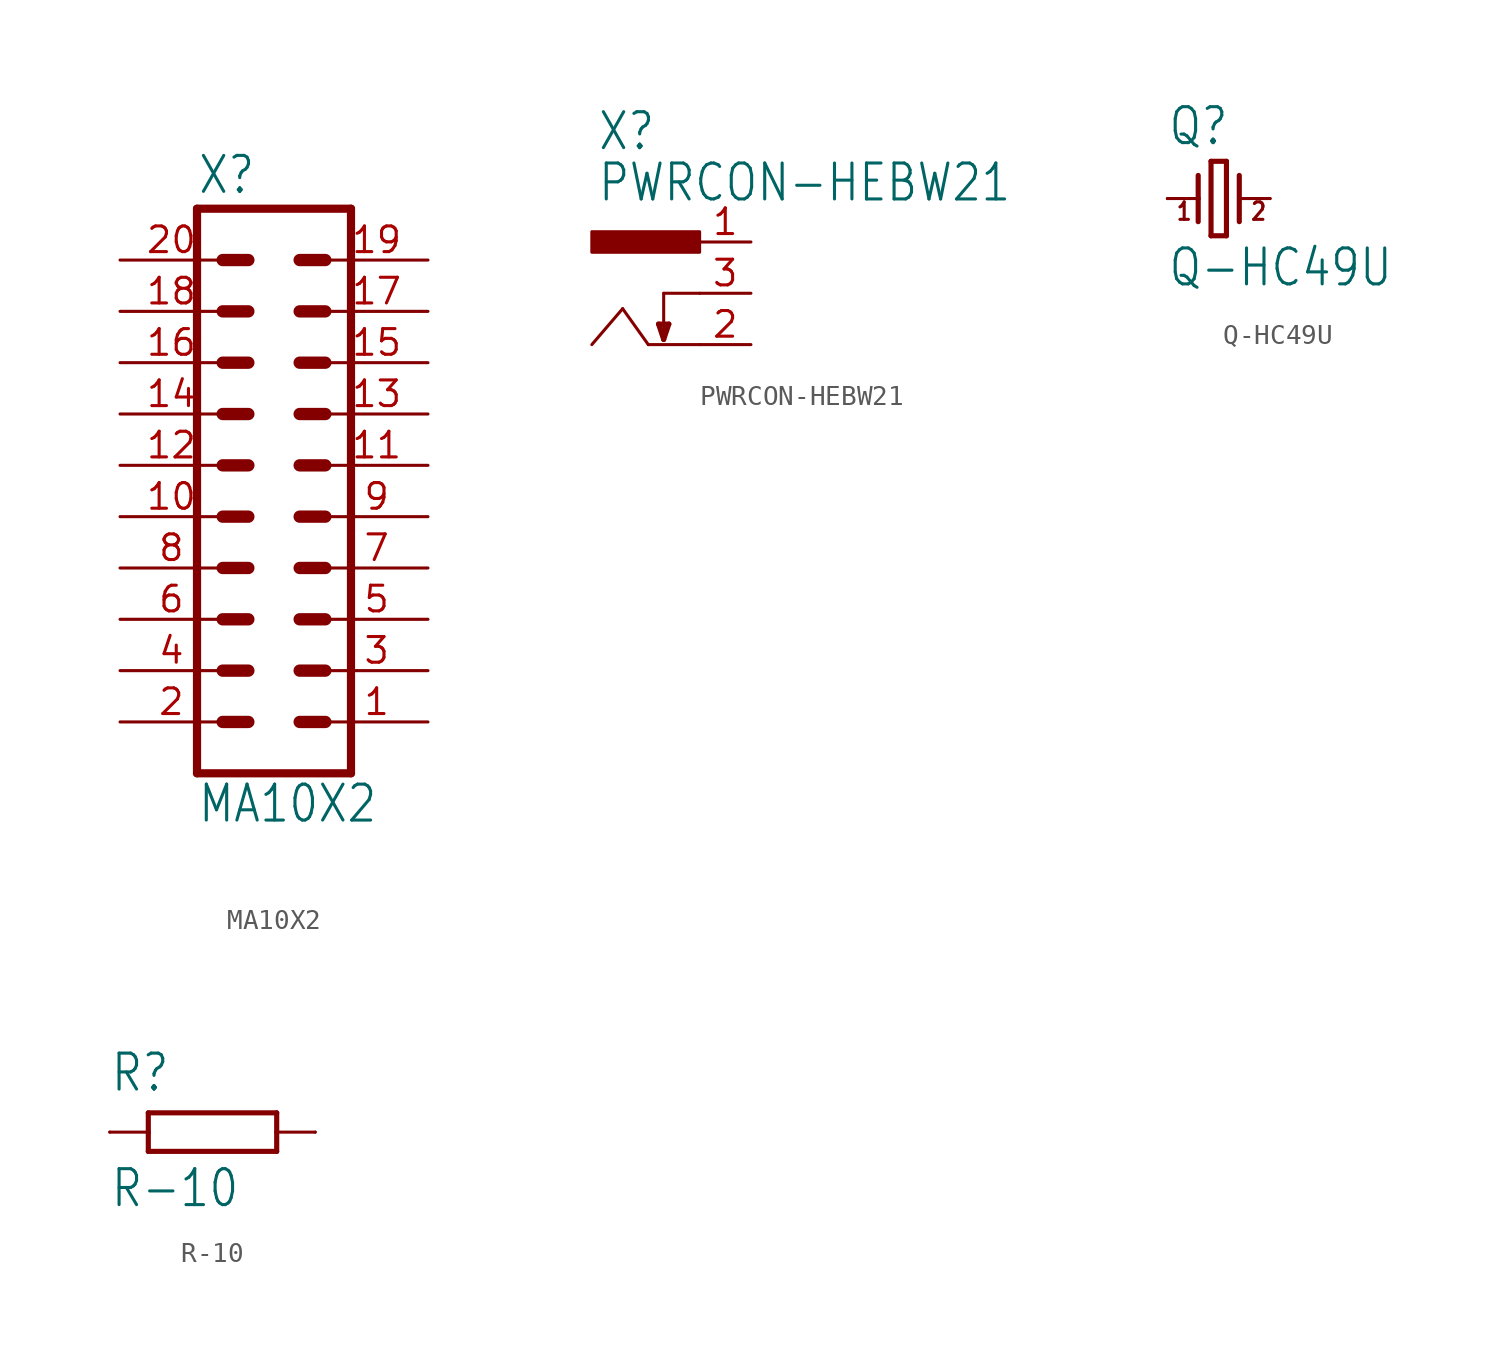
<source format=kicad_sym>
(kicad_symbol_lib
  (version 20211014)
  (generator kicad_symbol_editor)
  (symbol "MA10X2"
    (property "Reference" "X"
      (at -3.81 15.875 0)
      (effects (font (size 1.778 1.511)) (justify left bottom)))
    (property "Value" "MA10X2"
      (at -3.81 -15.24 0)
      (effects (font (size 1.778 1.511)) (justify left bottom)))
    (property "ki_locked" ""
      (at 0 0 0)
      (effects (font (size 1.27 1.27))))
    (symbol "MA10X2_1_0"
      (polyline (pts (xy -3.81 15.24) (xy -3.81 -12.7)) (stroke (width 0.406) (type default) (color 0 0 0 0)) (fill (type none)))
      (polyline (pts (xy -3.81 15.24) (xy 3.81 15.24)) (stroke (width 0.406) (type default) (color 0 0 0 0)) (fill (type none)))
      (polyline (pts (xy -2.54 -10.16) (xy -1.27 -10.16)) (stroke (width 0.61) (type default) (color 0 0 0 0)) (fill (type none)))
      (polyline (pts (xy -2.54 -7.62) (xy -1.27 -7.62)) (stroke (width 0.61) (type default) (color 0 0 0 0)) (fill (type none)))
      (polyline (pts (xy -2.54 -5.08) (xy -1.27 -5.08)) (stroke (width 0.61) (type default) (color 0 0 0 0)) (fill (type none)))
      (polyline (pts (xy -2.54 -2.54) (xy -1.27 -2.54)) (stroke (width 0.61) (type default) (color 0 0 0 0)) (fill (type none)))
      (polyline (pts (xy -2.54 0) (xy -1.27 0)) (stroke (width 0.61) (type default) (color 0 0 0 0)) (fill (type none)))
      (polyline (pts (xy -2.54 2.54) (xy -1.27 2.54)) (stroke (width 0.61) (type default) (color 0 0 0 0)) (fill (type none)))
      (polyline (pts (xy -2.54 5.08) (xy -1.27 5.08)) (stroke (width 0.61) (type default) (color 0 0 0 0)) (fill (type none)))
      (polyline (pts (xy -2.54 7.62) (xy -1.27 7.62)) (stroke (width 0.61) (type default) (color 0 0 0 0)) (fill (type none)))
      (polyline (pts (xy -2.54 10.16) (xy -1.27 10.16)) (stroke (width 0.61) (type default) (color 0 0 0 0)) (fill (type none)))
      (polyline (pts (xy -2.54 12.7) (xy -1.27 12.7)) (stroke (width 0.61) (type default) (color 0 0 0 0)) (fill (type none)))
      (polyline (pts (xy 1.27 -10.16) (xy 2.54 -10.16)) (stroke (width 0.61) (type default) (color 0 0 0 0)) (fill (type none)))
      (polyline (pts (xy 1.27 -7.62) (xy 2.54 -7.62)) (stroke (width 0.61) (type default) (color 0 0 0 0)) (fill (type none)))
      (polyline (pts (xy 1.27 -5.08) (xy 2.54 -5.08)) (stroke (width 0.61) (type default) (color 0 0 0 0)) (fill (type none)))
      (polyline (pts (xy 1.27 -2.54) (xy 2.54 -2.54)) (stroke (width 0.61) (type default) (color 0 0 0 0)) (fill (type none)))
      (polyline (pts (xy 1.27 0) (xy 2.54 0)) (stroke (width 0.61) (type default) (color 0 0 0 0)) (fill (type none)))
      (polyline (pts (xy 1.27 2.54) (xy 2.54 2.54)) (stroke (width 0.61) (type default) (color 0 0 0 0)) (fill (type none)))
      (polyline (pts (xy 1.27 5.08) (xy 2.54 5.08)) (stroke (width 0.61) (type default) (color 0 0 0 0)) (fill (type none)))
      (polyline (pts (xy 1.27 7.62) (xy 2.54 7.62)) (stroke (width 0.61) (type default) (color 0 0 0 0)) (fill (type none)))
      (polyline (pts (xy 1.27 10.16) (xy 2.54 10.16)) (stroke (width 0.61) (type default) (color 0 0 0 0)) (fill (type none)))
      (polyline (pts (xy 1.27 12.7) (xy 2.54 12.7)) (stroke (width 0.61) (type default) (color 0 0 0 0)) (fill (type none)))
      (polyline (pts (xy 3.81 -12.7) (xy -3.81 -12.7)) (stroke (width 0.406) (type default) (color 0 0 0 0)) (fill (type none)))
      (polyline (pts (xy 3.81 -12.7) (xy 3.81 15.24)) (stroke (width 0.406) (type default) (color 0 0 0 0)) (fill (type none)))
      (pin passive line (at 7.62 -10.16 180) (length 5.08) (name "1" (effects (font (size 0 0)))) (number "1" (effects (font (size 1.27 1.27)))))
      (pin passive line (at -7.62 0 0) (length 5.08) (name "10" (effects (font (size 0 0)))) (number "10" (effects (font (size 1.27 1.27)))))
      (pin passive line (at 7.62 2.54 180) (length 5.08) (name "11" (effects (font (size 0 0)))) (number "11" (effects (font (size 1.27 1.27)))))
      (pin passive line (at -7.62 2.54 0) (length 5.08) (name "12" (effects (font (size 0 0)))) (number "12" (effects (font (size 1.27 1.27)))))
      (pin passive line (at 7.62 5.08 180) (length 5.08) (name "13" (effects (font (size 0 0)))) (number "13" (effects (font (size 1.27 1.27)))))
      (pin passive line (at -7.62 5.08 0) (length 5.08) (name "14" (effects (font (size 0 0)))) (number "14" (effects (font (size 1.27 1.27)))))
      (pin passive line (at 7.62 7.62 180) (length 5.08) (name "15" (effects (font (size 0 0)))) (number "15" (effects (font (size 1.27 1.27)))))
      (pin passive line (at -7.62 7.62 0) (length 5.08) (name "16" (effects (font (size 0 0)))) (number "16" (effects (font (size 1.27 1.27)))))
      (pin passive line (at 7.62 10.16 180) (length 5.08) (name "17" (effects (font (size 0 0)))) (number "17" (effects (font (size 1.27 1.27)))))
      (pin passive line (at -7.62 10.16 0) (length 5.08) (name "18" (effects (font (size 0 0)))) (number "18" (effects (font (size 1.27 1.27)))))
      (pin passive line (at 7.62 12.7 180) (length 5.08) (name "19" (effects (font (size 0 0)))) (number "19" (effects (font (size 1.27 1.27)))))
      (pin passive line (at -7.62 -10.16 0) (length 5.08) (name "2" (effects (font (size 0 0)))) (number "2" (effects (font (size 1.27 1.27)))))
      (pin passive line (at -7.62 12.7 0) (length 5.08) (name "20" (effects (font (size 0 0)))) (number "20" (effects (font (size 1.27 1.27)))))
      (pin passive line (at 7.62 -7.62 180) (length 5.08) (name "3" (effects (font (size 0 0)))) (number "3" (effects (font (size 1.27 1.27)))))
      (pin passive line (at -7.62 -7.62 0) (length 5.08) (name "4" (effects (font (size 0 0)))) (number "4" (effects (font (size 1.27 1.27)))))
      (pin passive line (at 7.62 -5.08 180) (length 5.08) (name "5" (effects (font (size 0 0)))) (number "5" (effects (font (size 1.27 1.27)))))
      (pin passive line (at -7.62 -5.08 0) (length 5.08) (name "6" (effects (font (size 0 0)))) (number "6" (effects (font (size 1.27 1.27)))))
      (pin passive line (at 7.62 -2.54 180) (length 5.08) (name "7" (effects (font (size 0 0)))) (number "7" (effects (font (size 1.27 1.27)))))
      (pin passive line (at -7.62 -2.54 0) (length 5.08) (name "8" (effects (font (size 0 0)))) (number "8" (effects (font (size 1.27 1.27)))))
      (pin passive line (at 7.62 0 180) (length 5.08) (name "9" (effects (font (size 0 0)))) (number "9" (effects (font (size 1.27 1.27)))))))
  (symbol "PWRCON-HEBW21"
    (property "Reference" "X"
      (at -5.08 6.985 0)
      (effects (font (size 1.778 1.511)) (justify left bottom)))
    (property "Value" "PWRCON-HEBW21"
      (at -5.08 4.445 0)
      (effects (font (size 1.778 1.511)) (justify left bottom)))
    (property "ki_locked" ""
      (at 0 0 0)
      (effects (font (size 1.27 1.27))))
    (symbol "PWRCON-HEBW21_1_0"
      (rectangle (start -5.334 2.032) (end 0 3.048) (stroke (width 0) (type default) (color 0 0 0 0)) (fill (type outline)))
      (polyline (pts (xy -5.334 -2.54) (xy -3.81 -0.762)) (stroke (width 0.152) (type default) (color 0 0 0 0)) (fill (type none)))
      (polyline (pts (xy -3.81 -0.762) (xy -2.54 -2.54)) (stroke (width 0.152) (type default) (color 0 0 0 0)) (fill (type none)))
      (polyline (pts (xy -2.54 -2.54) (xy 0 -2.54)) (stroke (width 0.152) (type default) (color 0 0 0 0)) (fill (type none)))
      (polyline (pts (xy -2.032 -1.524) (xy -1.778 -2.286)) (stroke (width 0.254) (type default) (color 0 0 0 0)) (fill (type none)))
      (polyline (pts (xy -1.778 -2.286) (xy -1.524 -1.524)) (stroke (width 0.254) (type default) (color 0 0 0 0)) (fill (type none)))
      (polyline (pts (xy -1.778 0) (xy -1.778 -2.286)) (stroke (width 0.152) (type default) (color 0 0 0 0)) (fill (type none)))
      (polyline (pts (xy -1.778 0) (xy 0 0)) (stroke (width 0.152) (type default) (color 0 0 0 0)) (fill (type none)))
      (polyline (pts (xy -1.524 -1.524) (xy -2.032 -1.524)) (stroke (width 0.254) (type default) (color 0 0 0 0)) (fill (type none)))
      (pin passive line (at 2.54 2.54 180) (length 2.54) (name "1" (effects (font (size 0 0)))) (number "1" (effects (font (size 1.27 1.27)))))
      (pin passive line (at 2.54 -2.54 180) (length 2.54) (name "2" (effects (font (size 0 0)))) (number "2" (effects (font (size 1.27 1.27)))))
      (pin passive line (at 2.54 0 180) (length 2.54) (name "3" (effects (font (size 0 0)))) (number "3" (effects (font (size 1.27 1.27)))))))
  (symbol "Q-HC49U"
    (property "Reference" "Q"
      (at -2.54 2.54 0)
      (effects (font (size 1.778 1.511)) (justify left bottom)))
    (property "Value" "Q-HC49U"
      (at -2.54 -4.445 0)
      (effects (font (size 1.778 1.511)) (justify left bottom)))
    (property "ki_locked" ""
      (at 0 0 0)
      (effects (font (size 1.27 1.27))))
    (symbol "Q-HC49U_1_0"
      (polyline (pts (xy -2.54 0) (xy -1.016 0)) (stroke (width 0.152) (type default) (color 0 0 0 0)) (fill (type none)))
      (polyline (pts (xy -1.016 0) (xy -1.016 -1.143)) (stroke (width 0.254) (type default) (color 0 0 0 0)) (fill (type none)))
      (polyline (pts (xy -1.016 1.143) (xy -1.016 0)) (stroke (width 0.254) (type default) (color 0 0 0 0)) (fill (type none)))
      (polyline (pts (xy -0.381 -1.841) (xy 0.381 -1.841)) (stroke (width 0.254) (type default) (color 0 0 0 0)) (fill (type none)))
      (polyline (pts (xy -0.381 1.841) (xy -0.381 -1.841)) (stroke (width 0.254) (type default) (color 0 0 0 0)) (fill (type none)))
      (polyline (pts (xy 0.381 -1.841) (xy 0.381 1.841)) (stroke (width 0.254) (type default) (color 0 0 0 0)) (fill (type none)))
      (polyline (pts (xy 0.381 1.841) (xy -0.381 1.841)) (stroke (width 0.254) (type default) (color 0 0 0 0)) (fill (type none)))
      (polyline (pts (xy 1.016 0) (xy 2.54 0)) (stroke (width 0.152) (type default) (color 0 0 0 0)) (fill (type none)))
      (polyline (pts (xy 1.016 1.143) (xy 1.016 -1.143)) (stroke (width 0.254) (type default) (color 0 0 0 0)) (fill (type none)))
      (text "1" (at -2.159 -1.143 0) (effects (font (size 0.864 0.734)) (justify left bottom)))
      (text "2" (at 1.524 -1.143 0) (effects (font (size 0.864 0.734)) (justify left bottom)))
      (pin passive line (at -2.54 0 0) (length 0) (name "1" (effects (font (size 0 0)))) (number "1" (effects (font (size 0 0)))))
      (pin passive line (at 2.54 0 180) (length 0) (name "2" (effects (font (size 0 0)))) (number "2" (effects (font (size 0 0)))))))
  (symbol "R-10"
    (property "Reference" "R"
      (at -5.08 1.905 0)
      (effects (font (size 1.778 1.511)) (justify left bottom)))
    (property "Value" "R-10"
      (at -5.08 -3.81 0)
      (effects (font (size 1.778 1.511)) (justify left bottom)))
    (property "ki_locked" ""
      (at 0 0 0)
      (effects (font (size 1.27 1.27))))
    (symbol "R-10_1_0"
      (polyline (pts (xy -5.08 0) (xy -3.175 0)) (stroke (width 0.152) (type default) (color 0 0 0 0)) (fill (type none)))
      (polyline (pts (xy -3.175 -0.953) (xy -3.175 0)) (stroke (width 0.254) (type default) (color 0 0 0 0)) (fill (type none)))
      (polyline (pts (xy -3.175 -0.953) (xy 3.175 -0.953)) (stroke (width 0.254) (type default) (color 0 0 0 0)) (fill (type none)))
      (polyline (pts (xy -3.175 0) (xy -3.175 0.953)) (stroke (width 0.254) (type default) (color 0 0 0 0)) (fill (type none)))
      (polyline (pts (xy 3.175 -0.953) (xy 3.175 0)) (stroke (width 0.254) (type default) (color 0 0 0 0)) (fill (type none)))
      (polyline (pts (xy 3.175 0) (xy 3.175 0.953)) (stroke (width 0.254) (type default) (color 0 0 0 0)) (fill (type none)))
      (polyline (pts (xy 3.175 0) (xy 5.08 0)) (stroke (width 0.152) (type default) (color 0 0 0 0)) (fill (type none)))
      (polyline (pts (xy 3.175 0.953) (xy -3.175 0.953)) (stroke (width 0.254) (type default) (color 0 0 0 0)) (fill (type none)))
      (pin passive line (at -5.08 0 0) (length 0) (name "1" (effects (font (size 0 0)))) (number "1" (effects (font (size 0 0)))))
      (pin passive line (at 5.08 0 180) (length 0) (name "2" (effects (font (size 0 0)))) (number "2" (effects (font (size 0 0))))))))
</source>
